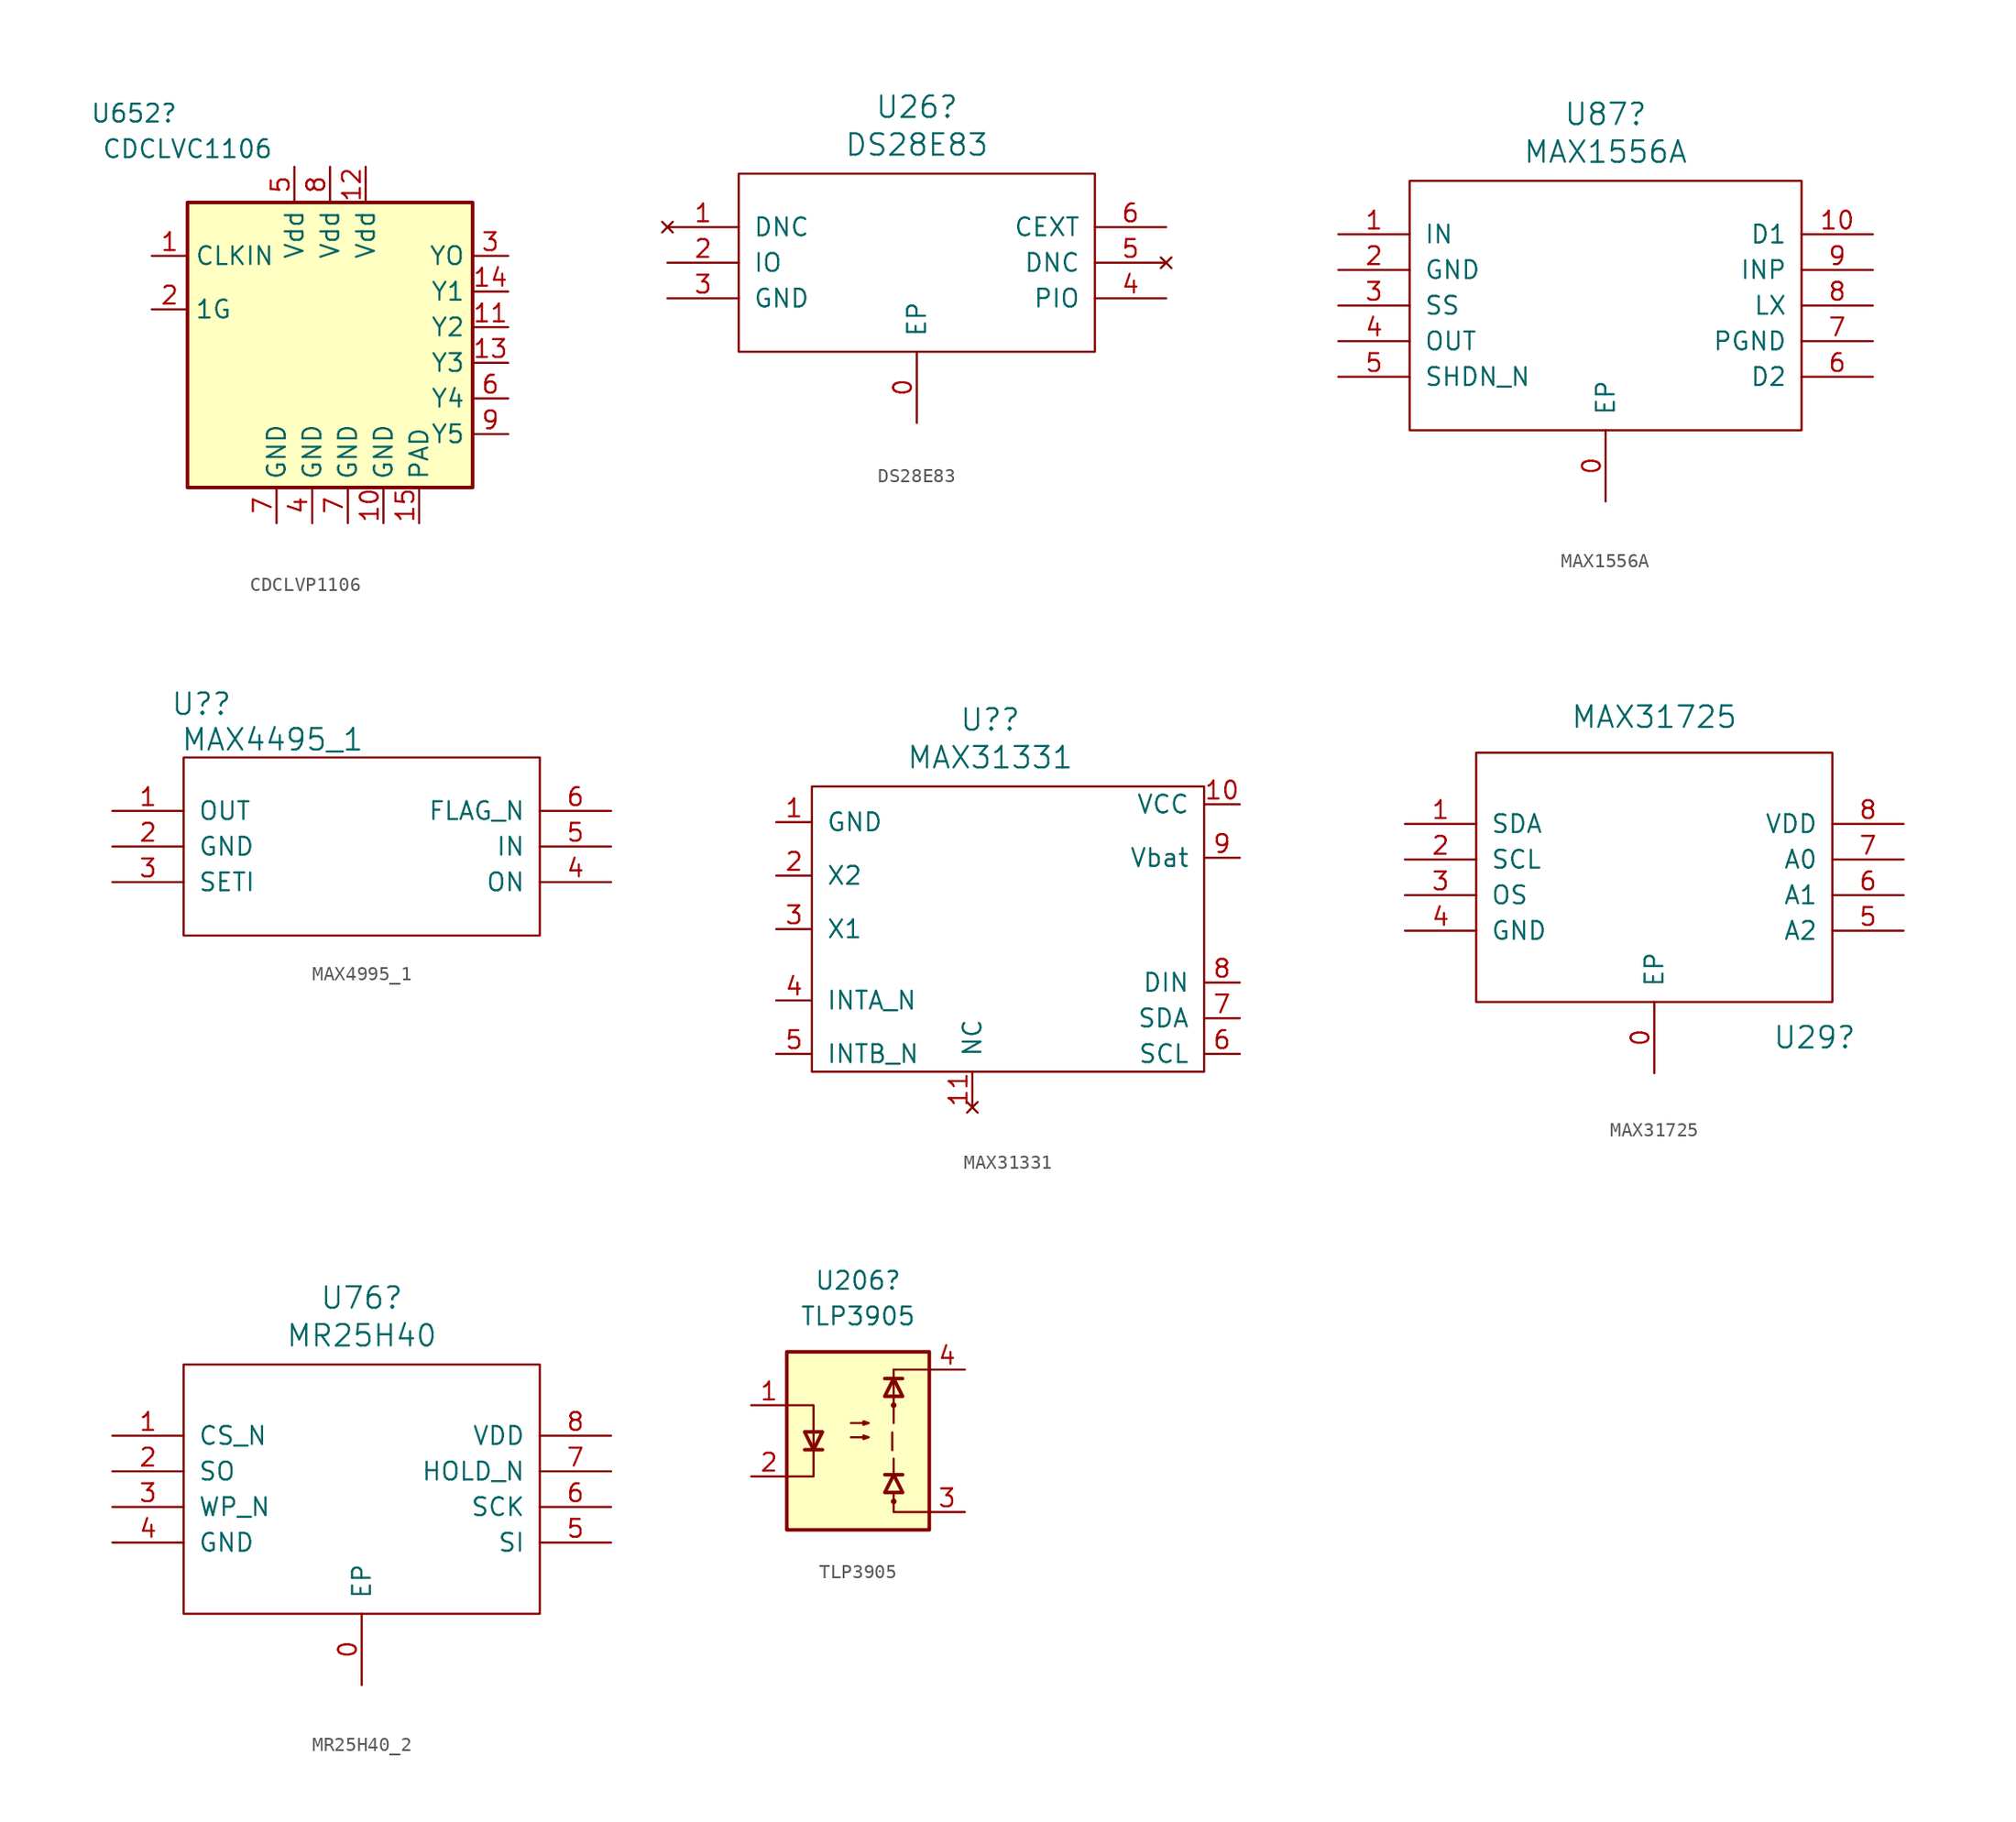
<source format=kicad_sym>
(kicad_symbol_lib
  (version 20220914)
  (generator kicad_symbol_editor)
  (symbol "CDCLVP1106"
    (property "Reference" "U652"
      (at -13.97 16.51 0)
      (effects (font (size 1.27 1.27))))
    (property "Value" "CDCLVC1106"
      (at -10.16 13.97 0)
      (effects (font (size 1.27 1.27))))
    (symbol "CDCLVP1106_0_0"
      (pin input line (at -12.7 6.35 0) (length 2.54) (name "CLKIN" (effects (font (size 1.27 1.27)))) (number "1" (effects (font (size 1.27 1.27)))))
      (pin power_in line (at 3.81 -12.7 90) (length 2.54) (name "GND" (effects (font (size 1.27 1.27)))) (number "10" (effects (font (size 1.27 1.27)))))
      (pin output line (at 12.7 1.27 180) (length 2.54) (name "Y2" (effects (font (size 1.27 1.27)))) (number "11" (effects (font (size 1.27 1.27)))))
      (pin power_in line (at 2.54 12.7 270) (length 2.54) (name "Vdd" (effects (font (size 1.27 1.27)))) (number "12" (effects (font (size 1.27 1.27)))))
      (pin output line (at 12.7 -1.27 180) (length 2.54) (name "Y3" (effects (font (size 1.27 1.27)))) (number "13" (effects (font (size 1.27 1.27)))))
      (pin output line (at 12.7 3.81 180) (length 2.54) (name "Y1" (effects (font (size 1.27 1.27)))) (number "14" (effects (font (size 1.27 1.27)))))
      (pin input line (at -12.7 2.54 0) (length 2.54) (name "1G" (effects (font (size 1.27 1.27)))) (number "2" (effects (font (size 1.27 1.27)))))
      (pin output line (at 12.7 6.35 180) (length 2.54) (name "YO" (effects (font (size 1.27 1.27)))) (number "3" (effects (font (size 1.27 1.27)))))
      (pin power_in line (at -1.27 -12.7 90) (length 2.54) (name "GND" (effects (font (size 1.27 1.27)))) (number "4" (effects (font (size 1.27 1.27)))))
      (pin power_in line (at -2.54 12.7 270) (length 2.54) (name "Vdd" (effects (font (size 1.27 1.27)))) (number "5" (effects (font (size 1.27 1.27)))))
      (pin output line (at 12.7 -3.81 180) (length 2.54) (name "Y4" (effects (font (size 1.27 1.27)))) (number "6" (effects (font (size 1.27 1.27)))))
      (pin power_in line (at -3.81 -12.7 90) (length 2.54) (name "GND" (effects (font (size 1.27 1.27)))) (number "7" (effects (font (size 1.27 1.27)))))
      (pin power_in line (at 1.27 -12.7 90) (length 2.54) (name "GND" (effects (font (size 1.27 1.27)))) (number "7" (effects (font (size 1.27 1.27)))))
      (pin power_in line (at 0 12.7 270) (length 2.54) (name "Vdd" (effects (font (size 1.27 1.27)))) (number "8" (effects (font (size 1.27 1.27)))))
      (pin output line (at 12.7 -6.35 180) (length 2.54) (name "Y5" (effects (font (size 1.27 1.27)))) (number "9" (effects (font (size 1.27 1.27))))))
    (symbol "CDCLVP1106_0_1"
      (rectangle (start -10.16 10.16) (end 10.16 -10.16) (stroke (width 0.254) (type default)) (fill (type background))))
    (symbol "CDCLVP1106_1_1"
      (pin power_in line (at 6.35 -12.7 90) (length 2.54) (name "PAD" (effects (font (size 1.27 1.27)))) (number "15" (effects (font (size 1.27 1.27)))))))
  (symbol "DS28E83"
    (pin_names
      (offset 1.016))
    (property "Reference" "U26"
      (at 0 11.1 0)
      (effects (font (size 1.524 1.524))))
    (property "Value" "DS28E83"
      (at 0 8.407 0)
      (effects (font (size 1.524 1.524))))
    (symbol "DS28E83_0_1"
      (rectangle (start -12.7 6.35) (end 12.7 -6.35) (stroke (width 0) (type default)) (fill (type none))))
    (symbol "DS28E83_1_1"
      (pin power_in line (at 0 -11.43 90) (length 5.08) (name "EP" (effects (font (size 1.27 1.27)))) (number "0" (effects (font (size 1.27 1.27)))))
      (pin no_connect line (at -17.78 2.54 0) (length 5.08) (name "DNC" (effects (font (size 1.27 1.27)))) (number "1" (effects (font (size 1.27 1.27)))))
      (pin bidirectional line (at -17.78 0 0) (length 5.08) (name "IO" (effects (font (size 1.27 1.27)))) (number "2" (effects (font (size 1.27 1.27)))))
      (pin power_in line (at -17.78 -2.54 0) (length 5.08) (name "GND" (effects (font (size 1.27 1.27)))) (number "3" (effects (font (size 1.27 1.27)))))
      (pin bidirectional line (at 17.78 -2.54 180) (length 5.08) (name "PIO" (effects (font (size 1.27 1.27)))) (number "4" (effects (font (size 1.27 1.27)))))
      (pin no_connect line (at 17.78 0 180) (length 5.08) (name "DNC" (effects (font (size 1.27 1.27)))) (number "5" (effects (font (size 1.27 1.27)))))
      (pin passive line (at 17.78 2.54 180) (length 5.08) (name "CEXT" (effects (font (size 1.27 1.27)))) (number "6" (effects (font (size 1.27 1.27)))))))
  (symbol "MAX1556A"
    (pin_names
      (offset 1.016))
    (property "Reference" "U87"
      (at 0 13.64 0)
      (effects (font (size 1.524 1.524))))
    (property "Value" "MAX1556A"
      (at 0 10.947 0)
      (effects (font (size 1.524 1.524))))
    (symbol "MAX1556A_0_1"
      (rectangle (start -13.97 8.89) (end 13.97 -8.89) (stroke (width 0) (type default)) (fill (type none))))
    (symbol "MAX1556A_1_1"
      (pin power_in line (at 0 -13.97 90) (length 5.08) (name "EP" (effects (font (size 1.27 1.27)))) (number "0" (effects (font (size 1.27 1.27)))))
      (pin power_in line (at -19.05 5.08 0) (length 5.08) (name "IN" (effects (font (size 1.27 1.27)))) (number "1" (effects (font (size 1.27 1.27)))))
      (pin input line (at 19.05 5.08 180) (length 5.08) (name "D1" (effects (font (size 1.27 1.27)))) (number "10" (effects (font (size 1.27 1.27)))))
      (pin power_in line (at -19.05 2.54 0) (length 5.08) (name "GND" (effects (font (size 1.27 1.27)))) (number "2" (effects (font (size 1.27 1.27)))))
      (pin passive line (at -19.05 0 0) (length 5.08) (name "SS" (effects (font (size 1.27 1.27)))) (number "3" (effects (font (size 1.27 1.27)))))
      (pin power_out line (at -19.05 -2.54 0) (length 5.08) (name "OUT" (effects (font (size 1.27 1.27)))) (number "4" (effects (font (size 1.27 1.27)))))
      (pin input line (at -19.05 -5.08 0) (length 5.08) (name "SHDN_N" (effects (font (size 1.27 1.27)))) (number "5" (effects (font (size 1.27 1.27)))))
      (pin input line (at 19.05 -5.08 180) (length 5.08) (name "D2" (effects (font (size 1.27 1.27)))) (number "6" (effects (font (size 1.27 1.27)))))
      (pin power_in line (at 19.05 -2.54 180) (length 5.08) (name "PGND" (effects (font (size 1.27 1.27)))) (number "7" (effects (font (size 1.27 1.27)))))
      (pin passive line (at 19.05 0 180) (length 5.08) (name "LX" (effects (font (size 1.27 1.27)))) (number "8" (effects (font (size 1.27 1.27)))))
      (pin power_in line (at 19.05 2.54 180) (length 5.08) (name "INP" (effects (font (size 1.27 1.27)))) (number "9" (effects (font (size 1.27 1.27)))))))
  (symbol "MAX4995_1"
    (pin_names
      (offset 1.016))
    (property "Reference" "U?"
      (at -11.43 10.16 0)
      (effects (font (size 1.524 1.524))))
    (property "Value" "MAX4495_1"
      (at -6.35 7.62 0)
      (effects (font (size 1.524 1.524))))
    (symbol "MAX4995_1_0_1"
      (rectangle (start -12.7 6.35) (end 12.7 -6.35) (stroke (width 0) (type default)) (fill (type none))))
    (symbol "MAX4995_1_1_1"
      (pin power_in line (at -17.78 2.54 0) (length 5.08) (name "OUT" (effects (font (size 1.27 1.27)))) (number "1" (effects (font (size 1.27 1.27)))))
      (pin power_in line (at -17.78 0 0) (length 5.08) (name "GND" (effects (font (size 1.27 1.27)))) (number "2" (effects (font (size 1.27 1.27)))))
      (pin passive line (at -17.78 -2.54 0) (length 5.08) (name "SETI" (effects (font (size 1.27 1.27)))) (number "3" (effects (font (size 1.27 1.27)))))
      (pin input line (at 17.78 -2.54 180) (length 5.08) (name "ON" (effects (font (size 1.27 1.27)))) (number "4" (effects (font (size 1.27 1.27)))))
      (pin power_in line (at 17.78 0 180) (length 5.08) (name "IN" (effects (font (size 1.27 1.27)))) (number "5" (effects (font (size 1.27 1.27)))))
      (pin open_collector line (at 17.78 2.54 180) (length 5.08) (name "FLAG_N" (effects (font (size 1.27 1.27)))) (number "6" (effects (font (size 1.27 1.27)))))))
  (symbol "MAX31331"
    (pin_names
      (offset 1.016))
    (property "Reference" "U?"
      (at -1.27 14.91 0)
      (effects (font (size 1.524 1.524))))
    (property "Value" "MAX31331"
      (at -1.27 12.217 0)
      (effects (font (size 1.524 1.524))))
    (symbol "MAX31331_0_1"
      (rectangle (start -13.97 10.16) (end 13.97 -10.16) (stroke (width 0) (type default)) (fill (type none))))
    (symbol "MAX31331_1_1"
      (pin power_in line (at -16.51 7.62 0) (length 2.54) (name "GND" (effects (font (size 1.27 1.27)))) (number "1" (effects (font (size 1.27 1.27)))))
      (pin power_in line (at 16.51 8.89 180) (length 2.54) (name "VCC" (effects (font (size 1.27 1.27)))) (number "10" (effects (font (size 1.27 1.27)))))
      (pin no_connect line (at -2.54 -12.7 90) (length 2.54) (name "NC" (effects (font (size 1.27 1.27)))) (number "11" (effects (font (size 1.27 1.27)))))
      (pin input line (at -16.51 3.81 0) (length 2.54) (name "X2" (effects (font (size 1.27 1.27)))) (number "2" (effects (font (size 1.27 1.27)))))
      (pin input line (at -16.51 0 0) (length 2.54) (name "X1" (effects (font (size 1.27 1.27)))) (number "3" (effects (font (size 1.27 1.27)))))
      (pin open_collector line (at -16.51 -5.08 0) (length 2.54) (name "INTA_N" (effects (font (size 1.27 1.27)))) (number "4" (effects (font (size 1.27 1.27)))))
      (pin open_collector line (at -16.51 -8.89 0) (length 2.54) (name "INTB_N" (effects (font (size 1.27 1.27)))) (number "5" (effects (font (size 1.27 1.27)))))
      (pin input line (at 16.51 -8.89 180) (length 2.54) (name "SCL" (effects (font (size 1.27 1.27)))) (number "6" (effects (font (size 1.27 1.27)))))
      (pin tri_state line (at 16.51 -6.35 180) (length 2.54) (name "SDA" (effects (font (size 1.27 1.27)))) (number "7" (effects (font (size 1.27 1.27)))))
      (pin input line (at 16.51 -3.81 180) (length 2.54) (name "DIN" (effects (font (size 1.27 1.27)))) (number "8" (effects (font (size 1.27 1.27)))))
      (pin power_in line (at 16.51 5.08 180) (length 2.54) (name "Vbat" (effects (font (size 1.27 1.27)))) (number "9" (effects (font (size 1.27 1.27)))))))
  (symbol "MAX31725"
    (pin_names
      (offset 1.016))
    (property "Reference" "U29"
      (at 11.43 -11.43 0)
      (effects (font (size 1.524 1.524))))
    (property "Value" "MAX31725"
      (at 0 11.43 0)
      (effects (font (size 1.524 1.524))))
    (symbol "MAX31725_0_1"
      (rectangle (start -12.7 8.89) (end 12.7 -8.89) (stroke (width 0) (type default)) (fill (type none))))
    (symbol "MAX31725_1_1"
      (pin input line (at 0 -13.97 90) (length 5.08) (name "EP" (effects (font (size 1.27 1.27)))) (number "0" (effects (font (size 1.27 1.27)))))
      (pin input line (at -17.78 3.81 0) (length 5.08) (name "SDA" (effects (font (size 1.27 1.27)))) (number "1" (effects (font (size 1.27 1.27)))))
      (pin input line (at -17.78 1.27 0) (length 5.08) (name "SCL" (effects (font (size 1.27 1.27)))) (number "2" (effects (font (size 1.27 1.27)))))
      (pin input line (at -17.78 -1.27 0) (length 5.08) (name "OS" (effects (font (size 1.27 1.27)))) (number "3" (effects (font (size 1.27 1.27)))))
      (pin input line (at -17.78 -3.81 0) (length 5.08) (name "GND" (effects (font (size 1.27 1.27)))) (number "4" (effects (font (size 1.27 1.27)))))
      (pin input line (at 17.78 -3.81 180) (length 5.08) (name "A2" (effects (font (size 1.27 1.27)))) (number "5" (effects (font (size 1.27 1.27)))))
      (pin input line (at 17.78 -1.27 180) (length 5.08) (name "A1" (effects (font (size 1.27 1.27)))) (number "6" (effects (font (size 1.27 1.27)))))
      (pin input line (at 17.78 1.27 180) (length 5.08) (name "A0" (effects (font (size 1.27 1.27)))) (number "7" (effects (font (size 1.27 1.27)))))
      (pin input line (at 17.78 3.81 180) (length 5.08) (name "VDD" (effects (font (size 1.27 1.27)))) (number "8" (effects (font (size 1.27 1.27)))))))
  (symbol "MR25H40_2"
    (pin_names
      (offset 1.016))
    (property "Reference" "U76"
      (at 0 13.64 0)
      (effects (font (size 1.524 1.524))))
    (property "Value" "MR25H40"
      (at 0 10.947 0)
      (effects (font (size 1.524 1.524))))
    (symbol "MR25H40_2_0_1"
      (rectangle (start -12.7 8.89) (end 12.7 -8.89) (stroke (width 0) (type default)) (fill (type none))))
    (symbol "MR25H40_2_1_1"
      (pin power_in line (at 0 -13.97 90) (length 5.08) (name "EP" (effects (font (size 1.27 1.27)))) (number "0" (effects (font (size 1.27 1.27)))))
      (pin input line (at -17.78 3.81 0) (length 5.08) (name "CS_N" (effects (font (size 1.27 1.27)))) (number "1" (effects (font (size 1.27 1.27)))))
      (pin tri_state line (at -17.78 1.27 0) (length 5.08) (name "SO" (effects (font (size 1.27 1.27)))) (number "2" (effects (font (size 1.27 1.27)))))
      (pin input line (at -17.78 -1.27 0) (length 5.08) (name "WP_N" (effects (font (size 1.27 1.27)))) (number "3" (effects (font (size 1.27 1.27)))))
      (pin power_in line (at -17.78 -3.81 0) (length 5.08) (name "GND" (effects (font (size 1.27 1.27)))) (number "4" (effects (font (size 1.27 1.27)))))
      (pin input line (at 17.78 -3.81 180) (length 5.08) (name "SI" (effects (font (size 1.27 1.27)))) (number "5" (effects (font (size 1.27 1.27)))))
      (pin input line (at 17.78 -1.27 180) (length 5.08) (name "SCK" (effects (font (size 1.27 1.27)))) (number "6" (effects (font (size 1.27 1.27)))))
      (pin input line (at 17.78 1.27 180) (length 5.08) (name "HOLD_N" (effects (font (size 1.27 1.27)))) (number "7" (effects (font (size 1.27 1.27)))))
      (pin power_in line (at 17.78 3.81 180) (length 5.08) (name "VDD" (effects (font (size 1.27 1.27)))) (number "8" (effects (font (size 1.27 1.27)))))))
  (symbol "TLP3905"
    (pin_names
      (offset 1.016))
    (property "Reference" "U206"
      (at 0 11.43 0)
      (effects (font (size 1.27 1.27))))
    (property "Value" "TLP3905"
      (at 0 8.89 0)
      (effects (font (size 1.27 1.27))))
    (symbol "TLP3905_0_1"
      (rectangle (start -5.08 6.35) (end 5.08 -6.35) (stroke (width 0.254) (type default)) (fill (type background)))
      (polyline (pts (xy -3.81 -0.635) (xy -2.54 -0.635)) (stroke (width 0.254) (type default)) (fill (type none)))
      (polyline (pts (xy 1.905 4.445) (xy 3.175 4.445)) (stroke (width 0.254) (type default)) (fill (type none)))
      (polyline (pts (xy 1.911 -2.417) (xy 3.181 -2.417)) (stroke (width 0.254) (type default)) (fill (type none)))
      (polyline (pts (xy 2.439 -0.669) (xy 2.439 0.601)) (stroke (width 0) (type default)) (fill (type none)))
      (polyline (pts (xy 2.54 -2.54) (xy 2.54 -1.27)) (stroke (width 0) (type default)) (fill (type none)))
      (polyline (pts (xy 2.54 1.27) (xy 2.54 3.81)) (stroke (width 0) (type default)) (fill (type none)))
      (polyline (pts (xy 2.54 5.08) (xy 2.54 3.81)) (stroke (width 0) (type default)) (fill (type none)))
      (polyline (pts (xy 2.54 5.08) (xy 5.08 5.08)) (stroke (width 0) (type default)) (fill (type none)))
      (polyline (pts (xy 2.54 -3.81) (xy 2.54 -5.08) (xy 5.08 -5.08)) (stroke (width 0) (type default)) (fill (type none)))
      (polyline (pts (xy -5.08 2.54) (xy -3.175 2.54) (xy -3.175 -2.54) (xy -5.08 -2.54)) (stroke (width 0) (type default)) (fill (type none)))
      (polyline (pts (xy -3.175 -0.635) (xy -3.81 0.635) (xy -2.54 0.635) (xy -3.175 -0.635)) (stroke (width 0.254) (type default)) (fill (type none)))
      (polyline (pts (xy 2.54 4.445) (xy 1.905 3.175) (xy 3.175 3.175) (xy 2.54 4.445)) (stroke (width 0.254) (type default)) (fill (type none)))
      (polyline (pts (xy 2.546 -2.417) (xy 1.911 -3.687) (xy 3.181 -3.687) (xy 2.546 -2.417)) (stroke (width 0.254) (type default)) (fill (type none)))
      (polyline (pts (xy -0.508 0.254) (xy 0.762 0.254) (xy 0.381 0.127) (xy 0.381 0.381) (xy 0.762 0.254)) (stroke (width 0) (type default)) (fill (type none)))
      (polyline (pts (xy -0.508 1.27) (xy 0.762 1.27) (xy 0.381 1.143) (xy 0.381 1.397) (xy 0.762 1.27)) (stroke (width 0) (type default)) (fill (type none)))
      (circle (center 2.54 2.54) (radius 0.127) (stroke (width 0) (type default)) (fill (type none)))
      (circle (center 2.546 -4.322) (radius 0.127) (stroke (width 0) (type default)) (fill (type none))))
    (symbol "TLP3905_1_1"
      (pin passive line (at -7.62 2.54 0) (length 2.54) (name "~" (effects (font (size 1.27 1.27)))) (number "1" (effects (font (size 1.27 1.27)))))
      (pin passive line (at -7.62 -2.54 0) (length 2.54) (name "~" (effects (font (size 1.27 1.27)))) (number "2" (effects (font (size 1.27 1.27)))))
      (pin passive line (at 7.62 -5.08 180) (length 2.54) (name "~" (effects (font (size 1.27 1.27)))) (number "3" (effects (font (size 1.27 1.27)))))
      (pin passive line (at 7.62 5.08 180) (length 2.54) (name "~" (effects (font (size 1.27 1.27)))) (number "4" (effects (font (size 1.27 1.27))))))))
</source>
